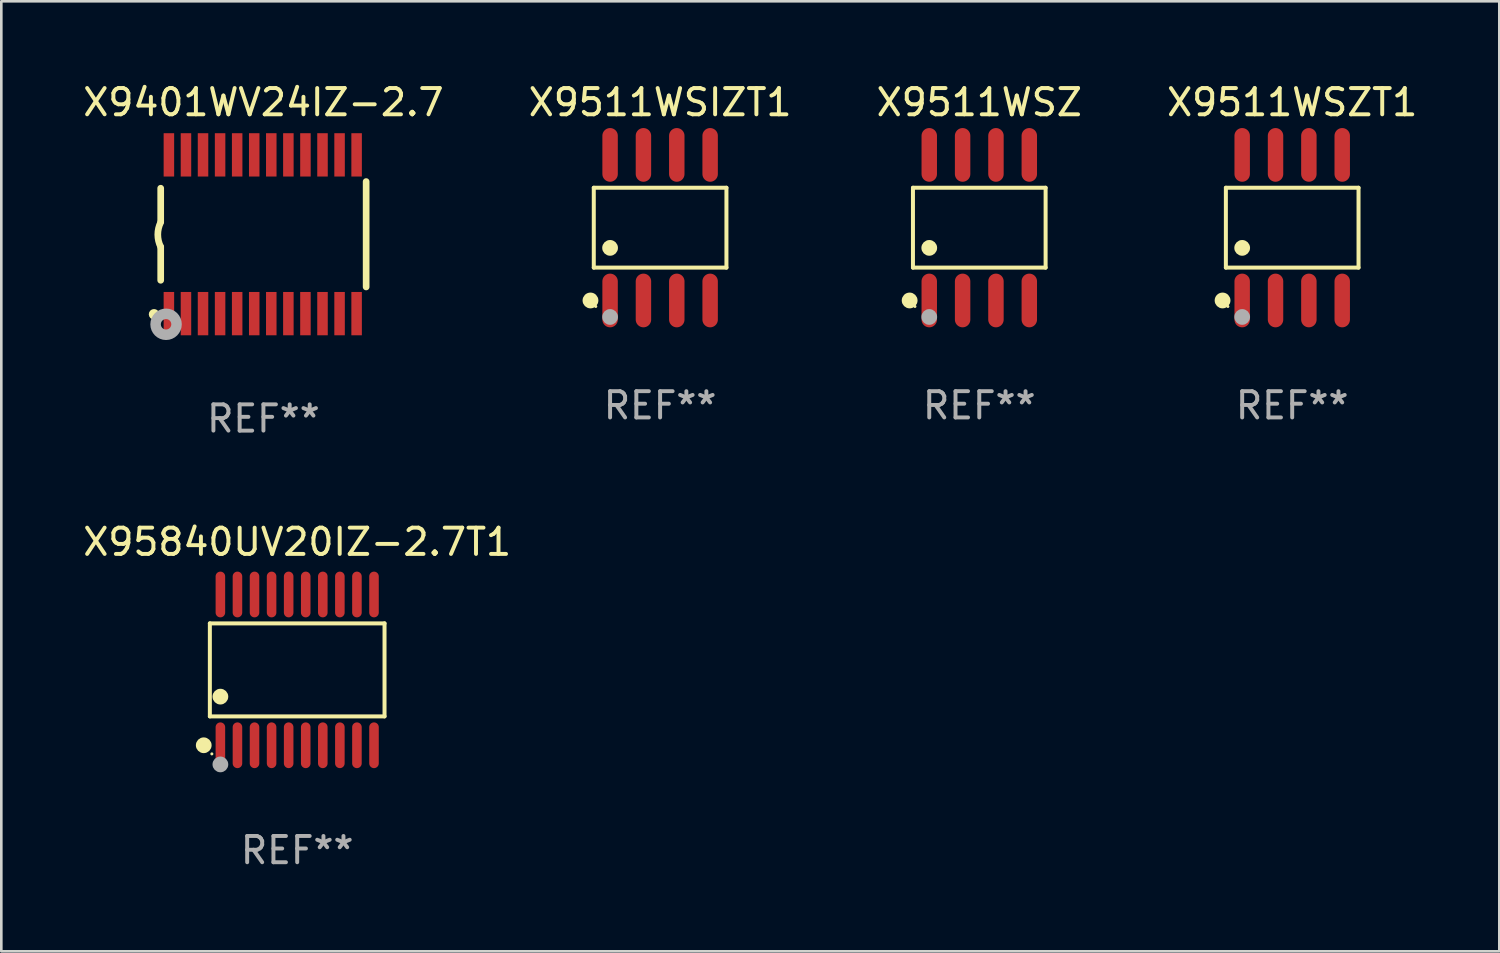
<source format=kicad_pcb>
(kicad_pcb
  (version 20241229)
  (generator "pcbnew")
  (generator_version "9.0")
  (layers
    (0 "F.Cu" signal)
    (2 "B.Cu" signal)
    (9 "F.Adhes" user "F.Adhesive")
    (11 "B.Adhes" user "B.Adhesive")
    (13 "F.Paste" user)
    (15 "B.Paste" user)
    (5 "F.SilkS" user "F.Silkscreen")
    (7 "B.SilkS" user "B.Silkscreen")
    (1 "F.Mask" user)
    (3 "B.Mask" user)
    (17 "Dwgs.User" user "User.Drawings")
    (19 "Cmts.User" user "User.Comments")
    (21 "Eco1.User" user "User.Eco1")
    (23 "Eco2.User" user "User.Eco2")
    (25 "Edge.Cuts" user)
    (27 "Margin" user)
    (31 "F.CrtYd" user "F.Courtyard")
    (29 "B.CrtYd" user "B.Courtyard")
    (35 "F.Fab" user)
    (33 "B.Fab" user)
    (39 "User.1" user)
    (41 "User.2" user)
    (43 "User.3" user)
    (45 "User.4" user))
  (footprint "X9401WV24IZ-2.7"
    (layer "F.Cu")
    (at 6.982 5.871)
    (property "Reference" "X9401WV24IZ-2.7" (at 0 -5.023 0) (layer "F.SilkS") (effects (font (size 1 1) (thickness 0.15))))
    (attr through_hole)
    (fp_line (start -3.912 -0.483) (end -3.912 -1.753) (stroke (width 0.254) (type solid)) (layer "F.SilkS"))
    (fp_line (start -3.912 1.753) (end -3.912 0.483) (stroke (width 0.254) (type solid)) (layer "F.SilkS"))
    (fp_line (start 3.912 -2.007) (end 3.912 2.007) (stroke (width 0.254) (type solid)) (layer "F.SilkS"))
    (fp_arc (start -3.911608 0.482601) (mid -4.022537 0.0127) (end -3.911608 -0.457201) (stroke (width 0.254001) (type solid)) (layer "F.SilkS"))
    (fp_circle (center -4.166 3.048) (end -4.066 3.048) (stroke (width 0.2) (type solid)) (fill no) (layer "F.SilkS"))
    (fp_circle (center -3.925 3.186) (end -3.895 3.186) (stroke (width 0.06) (type solid)) (fill no) (layer "F.SilkS"))
    (fp_circle (center -3.708 3.429) (end -3.509 3.429) (stroke (width 0.4) (type solid)) (fill no) (layer "F.Fab"))
    (fp_text user "REF**" (at 0 7.023 0) (layer "F.Fab") (effects (font (size 1 1) (thickness 0.15))))
    (pad "1" smd rect (at -3.6 3.023) (size 0.4 1.65) (layers "F.Cu" "F.Mask" "F.Paste"))
    (pad "2" smd rect (at -2.95 3.023) (size 0.4 1.65) (layers "F.Cu" "F.Mask" "F.Paste"))
    (pad "3" smd rect (at -2.3 3.023) (size 0.4 1.65) (layers "F.Cu" "F.Mask" "F.Paste"))
    (pad "4" smd rect (at -1.65 3.023) (size 0.4 1.65) (layers "F.Cu" "F.Mask" "F.Paste"))
    (pad "5" smd rect (at -1 3.023) (size 0.4 1.65) (layers "F.Cu" "F.Mask" "F.Paste"))
    (pad "6" smd rect (at -0.35 3.023) (size 0.4 1.65) (layers "F.Cu" "F.Mask" "F.Paste"))
    (pad "7" smd rect (at 0.299 3.023) (size 0.4 1.65) (layers "F.Cu" "F.Mask" "F.Paste"))
    (pad "8" smd rect (at 0.95 3.023) (size 0.4 1.65) (layers "F.Cu" "F.Mask" "F.Paste"))
    (pad "9" smd rect (at 1.6 3.023) (size 0.4 1.65) (layers "F.Cu" "F.Mask" "F.Paste"))
    (pad "10" smd rect (at 2.25 3.023) (size 0.4 1.65) (layers "F.Cu" "F.Mask" "F.Paste"))
    (pad "11" smd rect (at 2.9 3.023) (size 0.4 1.65) (layers "F.Cu" "F.Mask" "F.Paste"))
    (pad "12" smd rect (at 3.549 3.023) (size 0.4 1.65) (layers "F.Cu" "F.Mask" "F.Paste"))
    (pad "13" smd rect (at 3.549 -3.023) (size 0.4 1.65) (layers "F.Cu" "F.Mask" "F.Paste"))
    (pad "14" smd rect (at 2.9 -3.023) (size 0.4 1.65) (layers "F.Cu" "F.Mask" "F.Paste"))
    (pad "15" smd rect (at 2.25 -3.023) (size 0.4 1.65) (layers "F.Cu" "F.Mask" "F.Paste"))
    (pad "16" smd rect (at 1.6 -3.023) (size 0.4 1.65) (layers "F.Cu" "F.Mask" "F.Paste"))
    (pad "17" smd rect (at 0.95 -3.023) (size 0.4 1.65) (layers "F.Cu" "F.Mask" "F.Paste"))
    (pad "18" smd rect (at 0.299 -3.023) (size 0.4 1.65) (layers "F.Cu" "F.Mask" "F.Paste"))
    (pad "19" smd rect (at -0.35 -3.023) (size 0.4 1.65) (layers "F.Cu" "F.Mask" "F.Paste"))
    (pad "20" smd rect (at -1 -3.023) (size 0.4 1.65) (layers "F.Cu" "F.Mask" "F.Paste"))
    (pad "21" smd rect (at -1.65 -3.023) (size 0.4 1.65) (layers "F.Cu" "F.Mask" "F.Paste"))
    (pad "22" smd rect (at -2.3 -3.023) (size 0.4 1.65) (layers "F.Cu" "F.Mask" "F.Paste"))
    (pad "23" smd rect (at -2.95 -3.023) (size 0.4 1.65) (layers "F.Cu" "F.Mask" "F.Paste"))
    (pad "24" smd rect (at -3.6 -3.023) (size 0.4 1.65) (layers "F.Cu" "F.Mask" "F.Paste")))
  (footprint "X9511WSZ"
    (layer "F.Cu")
    (at 34.244 5.621)
    (property "Reference" "X9511WSZ" (at 0 -4.772 0) (layer "F.SilkS") (effects (font (size 1 1) (thickness 0.15))))
    (attr through_hole)
    (fp_line (start -2.526 -1.521) (end 2.526 -1.521) (stroke (width 0.152) (type solid)) (layer "F.SilkS"))
    (fp_line (start -2.526 1.521) (end -2.526 -1.521) (stroke (width 0.152) (type solid)) (layer "F.SilkS"))
    (fp_line (start 2.526 -1.521) (end 2.526 1.521) (stroke (width 0.152) (type solid)) (layer "F.SilkS"))
    (fp_line (start 2.526 1.521) (end -2.526 1.521) (stroke (width 0.152) (type solid)) (layer "F.SilkS"))
    (fp_circle (center -2.652 2.772) (end -2.501 2.772) (stroke (width 0.3) (type solid)) (fill no) (layer "F.SilkS"))
    (fp_circle (center -2.45 3) (end -2.42 3) (stroke (width 0.06) (type solid)) (fill no) (layer "F.SilkS"))
    (fp_circle (center -1.905 0.769) (end -1.755 0.769) (stroke (width 0.3) (type solid)) (fill no) (layer "F.SilkS"))
    (fp_circle (center -1.905 3.4) (end -1.755 3.4) (stroke (width 0.3) (type solid)) (fill no) (layer "F.Fab"))
    (fp_text user "REF**" (at 0 6.772 0) (layer "F.Fab") (effects (font (size 1 1) (thickness 0.15))))
    (pad "1" smd oval (at -1.905 2.772) (size 0.588 2.045) (layers "F.Cu" "F.Mask" "F.Paste"))
    (pad "2" smd oval (at -0.635 2.772) (size 0.588 2.045) (layers "F.Cu" "F.Mask" "F.Paste"))
    (pad "3" smd oval (at 0.635 2.772) (size 0.588 2.045) (layers "F.Cu" "F.Mask" "F.Paste"))
    (pad "4" smd oval (at 1.905 2.772) (size 0.588 2.045) (layers "F.Cu" "F.Mask" "F.Paste"))
    (pad "5" smd oval (at 1.905 -2.772) (size 0.588 2.045) (layers "F.Cu" "F.Mask" "F.Paste"))
    (pad "6" smd oval (at 0.635 -2.772) (size 0.588 2.045) (layers "F.Cu" "F.Mask" "F.Paste"))
    (pad "7" smd oval (at -0.635 -2.772) (size 0.588 2.045) (layers "F.Cu" "F.Mask" "F.Paste"))
    (pad "8" smd oval (at -1.905 -2.772) (size 0.588 2.045) (layers "F.Cu" "F.Mask" "F.Paste")))
  (footprint "X9511WSZT1"
    (layer "F.Cu")
    (at 46.161 5.621)
    (property "Reference" "X9511WSZT1" (at 0 -4.772 0) (layer "F.SilkS") (effects (font (size 1 1) (thickness 0.15))))
    (attr through_hole)
    (fp_line (start -2.526 -1.521) (end 2.526 -1.521) (stroke (width 0.152) (type solid)) (layer "F.SilkS"))
    (fp_line (start -2.526 1.521) (end -2.526 -1.521) (stroke (width 0.152) (type solid)) (layer "F.SilkS"))
    (fp_line (start 2.526 -1.521) (end 2.526 1.521) (stroke (width 0.152) (type solid)) (layer "F.SilkS"))
    (fp_line (start 2.526 1.521) (end -2.526 1.521) (stroke (width 0.152) (type solid)) (layer "F.SilkS"))
    (fp_circle (center -2.652 2.772) (end -2.501 2.772) (stroke (width 0.3) (type solid)) (fill no) (layer "F.SilkS"))
    (fp_circle (center -2.45 3) (end -2.42 3) (stroke (width 0.06) (type solid)) (fill no) (layer "F.SilkS"))
    (fp_circle (center -1.905 0.769) (end -1.755 0.769) (stroke (width 0.3) (type solid)) (fill no) (layer "F.SilkS"))
    (fp_circle (center -1.905 3.4) (end -1.755 3.4) (stroke (width 0.3) (type solid)) (fill no) (layer "F.Fab"))
    (fp_text user "REF**" (at 0 6.772 0) (layer "F.Fab") (effects (font (size 1 1) (thickness 0.15))))
    (pad "1" smd oval (at -1.905 2.772) (size 0.588 2.045) (layers "F.Cu" "F.Mask" "F.Paste"))
    (pad "2" smd oval (at -0.635 2.772) (size 0.588 2.045) (layers "F.Cu" "F.Mask" "F.Paste"))
    (pad "3" smd oval (at 0.635 2.772) (size 0.588 2.045) (layers "F.Cu" "F.Mask" "F.Paste"))
    (pad "4" smd oval (at 1.905 2.772) (size 0.588 2.045) (layers "F.Cu" "F.Mask" "F.Paste"))
    (pad "5" smd oval (at 1.905 -2.772) (size 0.588 2.045) (layers "F.Cu" "F.Mask" "F.Paste"))
    (pad "6" smd oval (at 0.635 -2.772) (size 0.588 2.045) (layers "F.Cu" "F.Mask" "F.Paste"))
    (pad "7" smd oval (at -0.635 -2.772) (size 0.588 2.045) (layers "F.Cu" "F.Mask" "F.Paste"))
    (pad "8" smd oval (at -1.905 -2.772) (size 0.588 2.045) (layers "F.Cu" "F.Mask" "F.Paste")))
  (footprint "X95840UV20IZ-2.7T1"
    (layer "F.Cu")
    (at 8.268 22.461)
    (property "Reference" "X95840UV20IZ-2.7T1" (at 0 -4.871 0) (layer "F.SilkS") (effects (font (size 1 1) (thickness 0.15))))
    (attr through_hole)
    (fp_line (start -3.326 -1.771) (end 3.326 -1.771) (stroke (width 0.152) (type solid)) (layer "F.SilkS"))
    (fp_line (start -3.326 1.771) (end -3.326 -1.771) (stroke (width 0.152) (type solid)) (layer "F.SilkS"))
    (fp_line (start 3.326 -1.771) (end 3.326 1.771) (stroke (width 0.152) (type solid)) (layer "F.SilkS"))
    (fp_line (start 3.326 1.771) (end -3.326 1.771) (stroke (width 0.152) (type solid)) (layer "F.SilkS"))
    (fp_circle (center -3.559 2.871) (end -3.409 2.871) (stroke (width 0.3) (type solid)) (fill no) (layer "F.SilkS"))
    (fp_circle (center -3.25 3.2) (end -3.22 3.2) (stroke (width 0.06) (type solid)) (fill no) (layer "F.SilkS"))
    (fp_circle (center -2.925 1.019) (end -2.775 1.019) (stroke (width 0.3) (type solid)) (fill no) (layer "F.SilkS"))
    (fp_circle (center -2.925 3.6) (end -2.775 3.6) (stroke (width 0.3) (type solid)) (fill no) (layer "F.Fab"))
    (fp_text user "REF**" (at 0 6.871 0) (layer "F.Fab") (effects (font (size 1 1) (thickness 0.15))))
    (pad "1" smd oval (at -2.925 2.871) (size 0.364 1.742) (layers "F.Cu" "F.Mask" "F.Paste"))
    (pad "2" smd oval (at -2.275 2.871) (size 0.364 1.742) (layers "F.Cu" "F.Mask" "F.Paste"))
    (pad "3" smd oval (at -1.625 2.871) (size 0.364 1.742) (layers "F.Cu" "F.Mask" "F.Paste"))
    (pad "4" smd oval (at -0.975 2.871) (size 0.364 1.742) (layers "F.Cu" "F.Mask" "F.Paste"))
    (pad "5" smd oval (at -0.325 2.871) (size 0.364 1.742) (layers "F.Cu" "F.Mask" "F.Paste"))
    (pad "6" smd oval (at 0.325 2.871) (size 0.364 1.742) (layers "F.Cu" "F.Mask" "F.Paste"))
    (pad "7" smd oval (at 0.975 2.871) (size 0.364 1.742) (layers "F.Cu" "F.Mask" "F.Paste"))
    (pad "8" smd oval (at 1.625 2.871) (size 0.364 1.742) (layers "F.Cu" "F.Mask" "F.Paste"))
    (pad "9" smd oval (at 2.275 2.871) (size 0.364 1.742) (layers "F.Cu" "F.Mask" "F.Paste"))
    (pad "10" smd oval (at 2.925 2.871) (size 0.364 1.742) (layers "F.Cu" "F.Mask" "F.Paste"))
    (pad "11" smd oval (at 2.925 -2.871) (size 0.364 1.742) (layers "F.Cu" "F.Mask" "F.Paste"))
    (pad "12" smd oval (at 2.275 -2.871) (size 0.364 1.742) (layers "F.Cu" "F.Mask" "F.Paste"))
    (pad "13" smd oval (at 1.625 -2.871) (size 0.364 1.742) (layers "F.Cu" "F.Mask" "F.Paste"))
    (pad "14" smd oval (at 0.975 -2.871) (size 0.364 1.742) (layers "F.Cu" "F.Mask" "F.Paste"))
    (pad "15" smd oval (at 0.325 -2.871) (size 0.364 1.742) (layers "F.Cu" "F.Mask" "F.Paste"))
    (pad "16" smd oval (at -0.325 -2.871) (size 0.364 1.742) (layers "F.Cu" "F.Mask" "F.Paste"))
    (pad "17" smd oval (at -0.975 -2.871) (size 0.364 1.742) (layers "F.Cu" "F.Mask" "F.Paste"))
    (pad "18" smd oval (at -1.625 -2.871) (size 0.364 1.742) (layers "F.Cu" "F.Mask" "F.Paste"))
    (pad "19" smd oval (at -2.275 -2.871) (size 0.364 1.742) (layers "F.Cu" "F.Mask" "F.Paste"))
    (pad "20" smd oval (at -2.925 -2.871) (size 0.364 1.742) (layers "F.Cu" "F.Mask" "F.Paste")))
  (footprint "X9511WSIZT1"
    (layer "F.Cu")
    (at 22.089 5.621)
    (property "Reference" "X9511WSIZT1" (at 0 -4.772 0) (layer "F.SilkS") (effects (font (size 1 1) (thickness 0.15))))
    (attr through_hole)
    (fp_line (start -2.526 -1.521) (end 2.526 -1.521) (stroke (width 0.152) (type solid)) (layer "F.SilkS"))
    (fp_line (start -2.526 1.521) (end -2.526 -1.521) (stroke (width 0.152) (type solid)) (layer "F.SilkS"))
    (fp_line (start 2.526 -1.521) (end 2.526 1.521) (stroke (width 0.152) (type solid)) (layer "F.SilkS"))
    (fp_line (start 2.526 1.521) (end -2.526 1.521) (stroke (width 0.152) (type solid)) (layer "F.SilkS"))
    (fp_circle (center -2.652 2.772) (end -2.501 2.772) (stroke (width 0.3) (type solid)) (fill no) (layer "F.SilkS"))
    (fp_circle (center -2.45 3) (end -2.42 3) (stroke (width 0.06) (type solid)) (fill no) (layer "F.SilkS"))
    (fp_circle (center -1.905 0.769) (end -1.755 0.769) (stroke (width 0.3) (type solid)) (fill no) (layer "F.SilkS"))
    (fp_circle (center -1.905 3.4) (end -1.755 3.4) (stroke (width 0.3) (type solid)) (fill no) (layer "F.Fab"))
    (fp_text user "REF**" (at 0 6.772 0) (layer "F.Fab") (effects (font (size 1 1) (thickness 0.15))))
    (pad "1" smd oval (at -1.905 2.772) (size 0.588 2.045) (layers "F.Cu" "F.Mask" "F.Paste"))
    (pad "2" smd oval (at -0.635 2.772) (size 0.588 2.045) (layers "F.Cu" "F.Mask" "F.Paste"))
    (pad "3" smd oval (at 0.635 2.772) (size 0.588 2.045) (layers "F.Cu" "F.Mask" "F.Paste"))
    (pad "4" smd oval (at 1.905 2.772) (size 0.588 2.045) (layers "F.Cu" "F.Mask" "F.Paste"))
    (pad "5" smd oval (at 1.905 -2.772) (size 0.588 2.045) (layers "F.Cu" "F.Mask" "F.Paste"))
    (pad "6" smd oval (at 0.635 -2.772) (size 0.588 2.045) (layers "F.Cu" "F.Mask" "F.Paste"))
    (pad "7" smd oval (at -0.635 -2.772) (size 0.588 2.045) (layers "F.Cu" "F.Mask" "F.Paste"))
    (pad "8" smd oval (at -1.905 -2.772) (size 0.588 2.045) (layers "F.Cu" "F.Mask" "F.Paste")))
  (gr_rect
    (start -3 -3)
    (end 54.048 33.18)
    (stroke (width 0.1) (type default))
    (fill no)
    (layer "Edge.Cuts")))
</source>
